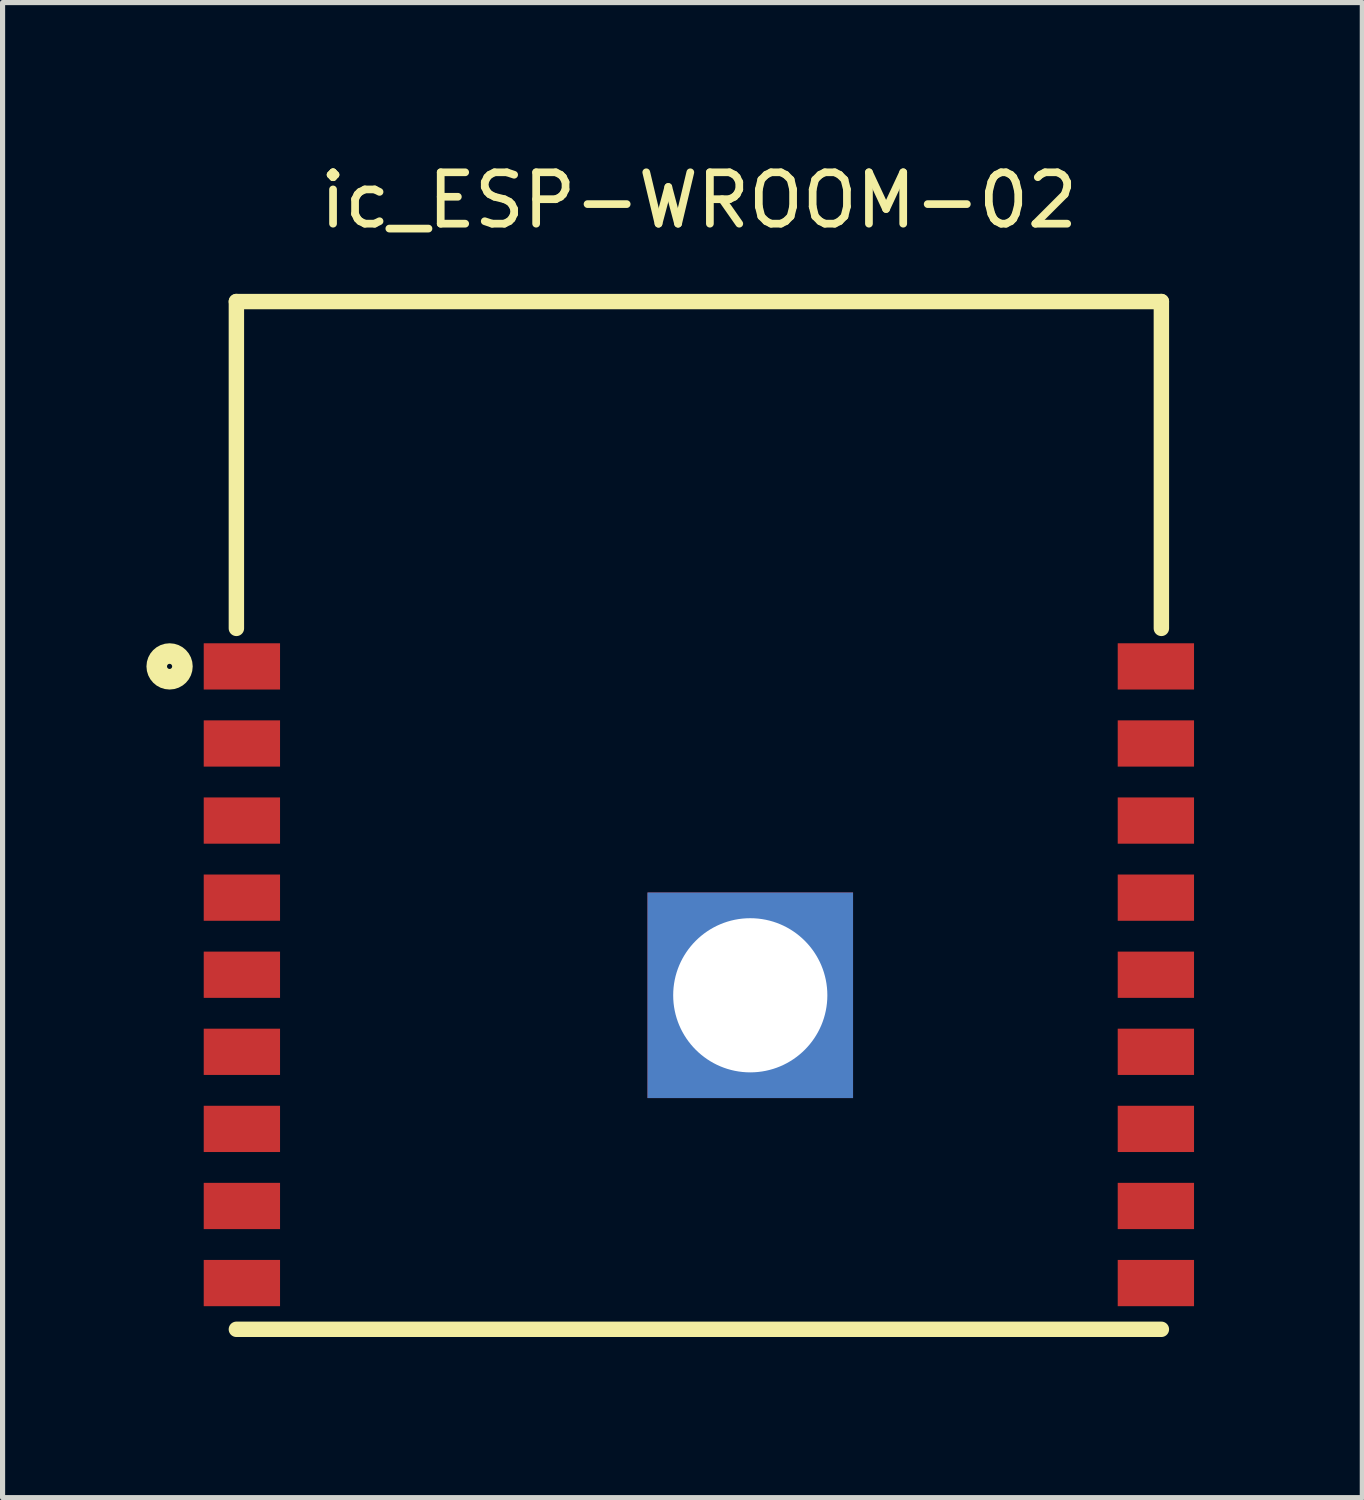
<source format=kicad_pcb>
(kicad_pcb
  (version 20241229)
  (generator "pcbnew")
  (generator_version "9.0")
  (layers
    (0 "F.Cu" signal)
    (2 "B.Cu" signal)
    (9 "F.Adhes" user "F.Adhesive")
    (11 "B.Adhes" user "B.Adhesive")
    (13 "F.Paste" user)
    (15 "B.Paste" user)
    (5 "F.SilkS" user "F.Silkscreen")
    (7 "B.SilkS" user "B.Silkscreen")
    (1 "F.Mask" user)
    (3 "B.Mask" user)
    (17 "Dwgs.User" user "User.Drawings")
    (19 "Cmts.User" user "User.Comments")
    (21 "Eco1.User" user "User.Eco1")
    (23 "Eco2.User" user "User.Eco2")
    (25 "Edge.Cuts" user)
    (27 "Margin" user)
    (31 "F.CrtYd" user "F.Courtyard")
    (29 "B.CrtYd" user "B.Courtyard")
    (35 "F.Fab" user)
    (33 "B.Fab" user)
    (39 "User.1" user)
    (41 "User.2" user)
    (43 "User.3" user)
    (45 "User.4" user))
  (footprint "ic_ESP-WROOM-02"
    (layer "F.Cu")
    (at 10.55 14.818)
    (property "Reference" "ic_ESP-WROOM-02" (at 0 -13.97 0) (layer "F.SilkS") (effects (font (size 1 1) (thickness 0.15))))
    (attr smd)
    (fp_line (start -9 -12) (end -9 -5.64) (stroke (width 0.3) (type solid)) (layer "F.SilkS"))
    (fp_line (start -9 -12) (end 9 -12) (stroke (width 0.3) (type solid)) (layer "F.SilkS"))
    (fp_line (start -9 8) (end 9 8) (stroke (width 0.3) (type solid)) (layer "F.SilkS"))
    (fp_line (start 9 -12) (end 9 -5.64) (stroke (width 0.3) (type solid)) (layer "F.SilkS"))
    (fp_circle (center -10.3 -4.9) (end -10.25 -4.9) (stroke (width 0.4) (type solid)) (fill no) (layer "F.SilkS"))
    (fp_line (start -9.885 -12.25) (end 9.885 -12.25) (stroke (width 0.05) (type solid)) (layer "Eco1.User"))
    (fp_line (start -9.885 8.25) (end -9.885 -12.25) (stroke (width 0.05) (type solid)) (layer "Eco1.User"))
    (fp_line (start 9.885 -12.25) (end 9.885 8.25) (stroke (width 0.05) (type solid)) (layer "Eco1.User"))
    (fp_line (start 9.885 8.25) (end -9.885 8.25) (stroke (width 0.05) (type solid)) (layer "Eco1.User"))
    (fp_line (start -9 -12) (end -9 8) (stroke (width 0.127) (type solid)) (layer "Eco2.User"))
    (fp_line (start -9 8) (end 9 8) (stroke (width 0.127) (type solid)) (layer "Eco2.User"))
    (fp_line (start -7.825 -5.1) (end -7.825 7.15) (stroke (width 0.127) (type solid)) (layer "Eco2.User"))
    (fp_line (start -7.825 7.15) (end 7.825 7.15) (stroke (width 0.127) (type solid)) (layer "Eco2.User"))
    (fp_line (start -7.62 -11.113) (end -5.397 -11.113) (stroke (width 0.406) (type solid)) (layer "Eco2.User"))
    (fp_line (start -7.62 -7.303) (end -7.62 -11.113) (stroke (width 0.406) (type solid)) (layer "Eco2.User"))
    (fp_line (start -5.397 -11.113) (end -5.397 -8.572) (stroke (width 0.406) (type solid)) (layer "Eco2.User"))
    (fp_line (start -5.397 -8.572) (end -3.175 -8.572) (stroke (width 0.406) (type solid)) (layer "Eco2.User"))
    (fp_line (start -3.175 -11.113) (end -0.953 -11.113) (stroke (width 0.406) (type solid)) (layer "Eco2.User"))
    (fp_line (start -3.175 -8.572) (end -3.175 -11.113) (stroke (width 0.406) (type solid)) (layer "Eco2.User"))
    (fp_line (start -0.953 -11.113) (end -0.953 -8.572) (stroke (width 0.406) (type solid)) (layer "Eco2.User"))
    (fp_line (start -0.953 -8.572) (end 1.27 -8.572) (stroke (width 0.406) (type solid)) (layer "Eco2.User"))
    (fp_line (start 1.27 -11.113) (end 3.493 -11.113) (stroke (width 0.406) (type solid)) (layer "Eco2.User"))
    (fp_line (start 1.27 -8.572) (end 1.27 -11.113) (stroke (width 0.406) (type solid)) (layer "Eco2.User"))
    (fp_line (start 3.493 -11.113) (end 3.493 -6.032) (stroke (width 0.406) (type solid)) (layer "Eco2.User"))
    (fp_line (start 3.493 -11.113) (end 5.715 -11.113) (stroke (width 0.406) (type solid)) (layer "Eco2.User"))
    (fp_line (start 5.715 -11.113) (end 5.715 -6.032) (stroke (width 0.406) (type solid)) (layer "Eco2.User"))
    (fp_line (start 7.825 -5.1) (end -7.825 -5.1) (stroke (width 0.127) (type solid)) (layer "Eco2.User"))
    (fp_line (start 7.825 7.15) (end 7.825 -5.1) (stroke (width 0.127) (type solid)) (layer "Eco2.User"))
    (fp_line (start 9 -12) (end -9 -12) (stroke (width 0.127) (type solid)) (layer "Eco2.User"))
    (fp_line (start 9 8) (end 9 -12) (stroke (width 0.127) (type solid)) (layer "Eco2.User"))
    (fp_circle (center -8.3 -6) (end -8.25 -6) (stroke (width 0.4) (type solid)) (fill no) (layer "Eco2.User"))
    (pad "1" smd rect (at -8.893 -4.9) (size 1.485 0.9) (layers "F.Cu" "F.Mask" "F.Paste"))
    (pad "2" smd rect (at -8.893 -3.4) (size 1.485 0.9) (layers "F.Cu" "F.Mask" "F.Paste"))
    (pad "3" smd rect (at -8.893 -1.9) (size 1.485 0.9) (layers "F.Cu" "F.Mask" "F.Paste"))
    (pad "4" smd rect (at -8.893 -0.4) (size 1.485 0.9) (layers "F.Cu" "F.Mask" "F.Paste"))
    (pad "5" smd rect (at -8.893 1.1) (size 1.485 0.9) (layers "F.Cu" "F.Mask" "F.Paste"))
    (pad "6" smd rect (at -8.893 2.6) (size 1.485 0.9) (layers "F.Cu" "F.Mask" "F.Paste"))
    (pad "7" smd rect (at -8.893 4.1) (size 1.485 0.9) (layers "F.Cu" "F.Mask" "F.Paste"))
    (pad "8" smd rect (at -8.893 5.6) (size 1.485 0.9) (layers "F.Cu" "F.Mask" "F.Paste"))
    (pad "9" smd rect (at -8.893 7.1) (size 1.485 0.9) (layers "F.Cu" "F.Mask" "F.Paste"))
    (pad "10" smd rect (at 8.893 7.1) (size 1.485 0.9) (layers "F.Cu" "F.Mask" "F.Paste"))
    (pad "11" smd rect (at 8.893 5.6) (size 1.485 0.9) (layers "F.Cu" "F.Mask" "F.Paste"))
    (pad "12" smd rect (at 8.893 4.1) (size 1.485 0.9) (layers "F.Cu" "F.Mask" "F.Paste"))
    (pad "13" smd rect (at 8.893 2.6) (size 1.485 0.9) (layers "F.Cu" "F.Mask" "F.Paste"))
    (pad "14" smd rect (at 8.893 1.1) (size 1.485 0.9) (layers "F.Cu" "F.Mask" "F.Paste"))
    (pad "15" smd rect (at 8.893 -0.4) (size 1.485 0.9) (layers "F.Cu" "F.Mask" "F.Paste"))
    (pad "16" smd rect (at 8.893 -1.9) (size 1.485 0.9) (layers "F.Cu" "F.Mask" "F.Paste"))
    (pad "17" smd rect (at 8.893 -3.4) (size 1.485 0.9) (layers "F.Cu" "F.Mask" "F.Paste"))
    (pad "18" smd rect (at 8.893 -4.9) (size 1.485 0.9) (layers "F.Cu" "F.Mask" "F.Paste"))
    (pad "19" thru_hole rect (at 1 1.5) (size 4 4) (drill 3) (layers "*.Cu" "*.Mask")))
  (gr_rect
    (start -3 -3)
    (end 23.46 26.093)
    (stroke (width 0.1) (type default))
    (fill no)
    (layer "Edge.Cuts")))
</source>
